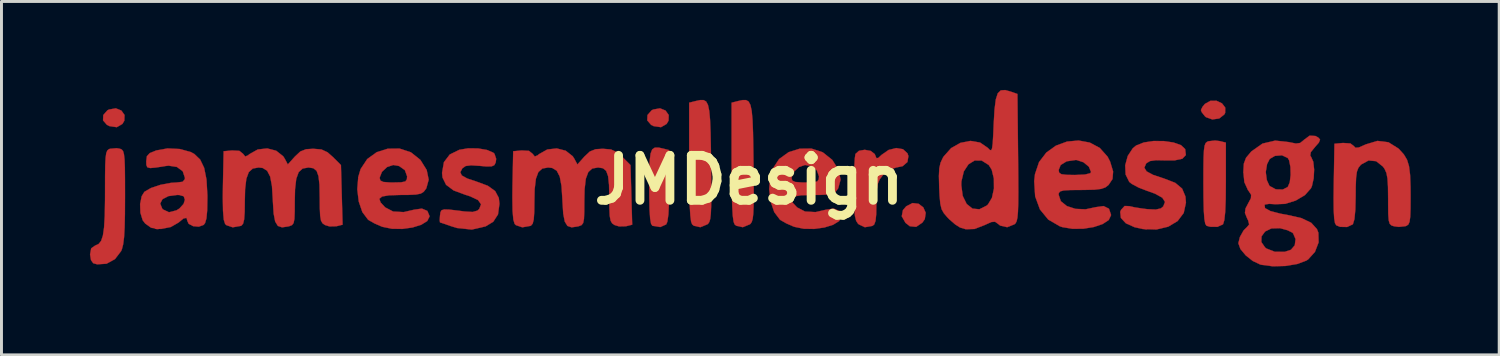
<source format=kicad_pcb>
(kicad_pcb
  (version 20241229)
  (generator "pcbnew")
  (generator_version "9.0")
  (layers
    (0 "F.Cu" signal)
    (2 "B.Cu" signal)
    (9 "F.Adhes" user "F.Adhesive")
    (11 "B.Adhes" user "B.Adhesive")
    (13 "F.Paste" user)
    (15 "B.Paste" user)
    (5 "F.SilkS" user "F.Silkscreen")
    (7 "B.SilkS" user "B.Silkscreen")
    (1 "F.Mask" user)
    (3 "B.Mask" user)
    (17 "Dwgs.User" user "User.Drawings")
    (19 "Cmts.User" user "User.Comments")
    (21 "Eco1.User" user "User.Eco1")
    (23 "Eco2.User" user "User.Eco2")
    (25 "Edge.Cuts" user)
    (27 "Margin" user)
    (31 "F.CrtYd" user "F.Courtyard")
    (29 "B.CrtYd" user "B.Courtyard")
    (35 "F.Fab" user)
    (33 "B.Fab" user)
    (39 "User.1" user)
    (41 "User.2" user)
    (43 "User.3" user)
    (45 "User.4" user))
  (footprint "JMDesign"
    (layer "F.Cu")
    (at 22.357 3.054)
    (property "Reference" "JMDesign" (at 0 0 0) (layer "F.SilkS") (effects (font (size 1.524 1.524) (thickness 0.3))))
    (attr through_hole)
    (fp_poly (pts (xy -21.291 -2.355) (xy -21.183 -2.203) (xy -21.19 -2.011) (xy -21.255 -1.901) (xy -21.446 -1.79) (xy -21.693 -1.826) (xy -21.78 -1.869) (xy -21.912 -2.021) (xy -21.904 -2.203) (xy -21.764 -2.361) (xy -21.71 -2.389) (xy -21.479 -2.43) (xy -21.291 -2.355)) (stroke (width 0.01) (type solid)) (fill yes) (layer "F.Cu"))
    (fp_poly (pts (xy -2.834 -2.355) (xy -2.726 -2.203) (xy -2.732 -2.011) (xy -2.797 -1.901) (xy -2.988 -1.79) (xy -3.236 -1.826) (xy -3.323 -1.869) (xy -3.454 -2.021) (xy -3.446 -2.203) (xy -3.306 -2.361) (xy -3.253 -2.389) (xy -3.021 -2.43) (xy -2.834 -2.355)) (stroke (width 0.01) (type solid)) (fill yes) (layer "F.Cu"))
    (fp_poly (pts (xy 5.748 0.807) (xy 5.909 0.929) (xy 5.991 1.113) (xy 5.96 1.326) (xy 5.881 1.443) (xy 5.667 1.59) (xy 5.451 1.569) (xy 5.305 1.454) (xy 5.178 1.232) (xy 5.218 1.023) (xy 5.331 0.892) (xy 5.544 0.783) (xy 5.748 0.807)) (stroke (width 0.01) (type solid)) (fill yes) (layer "F.Cu"))
    (fp_poly (pts (xy 15.858 -2.684) (xy 16.039 -2.599) (xy 16.15 -2.455) (xy 16.147 -2.276) (xy 16.12 -2.223) (xy 15.947 -2.086) (xy 15.713 -2.053) (xy 15.497 -2.13) (xy 15.462 -2.16) (xy 15.353 -2.298) (xy 15.325 -2.371) (xy 15.379 -2.482) (xy 15.462 -2.581) (xy 15.652 -2.686) (xy 15.858 -2.684)) (stroke (width 0.01) (type solid)) (fill yes) (layer "F.Cu"))
    (fp_poly (pts (xy -3.066 -1.098) (xy -2.921 -1.066) (xy -2.709 -1.013) (xy -2.709 0.196) (xy -2.716 0.76) (xy -2.736 1.163) (xy -2.771 1.412) (xy -2.811 1.507) (xy -3.013 1.597) (xy -3.278 1.554) (xy -3.281 1.553) (xy -3.325 1.484) (xy -3.356 1.309) (xy -3.376 1.009) (xy -3.385 0.568) (xy -3.387 0.244) (xy -3.384 -0.276) (xy -3.372 -0.649) (xy -3.341 -0.896) (xy -3.285 -1.038) (xy -3.196 -1.098) (xy -3.066 -1.098)) (stroke (width 0.01) (type solid)) (fill yes) (layer "F.Cu"))
    (fp_poly (pts (xy 15.966 -1.318) (xy 16.171 -1.267) (xy 16.171 0.069) (xy 16.166 0.656) (xy 16.149 1.083) (xy 16.119 1.361) (xy 16.077 1.498) (xy 16.07 1.507) (xy 15.885 1.59) (xy 15.636 1.587) (xy 15.515 1.553) (xy 15.473 1.487) (xy 15.442 1.319) (xy 15.422 1.03) (xy 15.412 0.604) (xy 15.409 0.126) (xy 15.41 -0.388) (xy 15.415 -0.757) (xy 15.428 -1.008) (xy 15.45 -1.164) (xy 15.486 -1.252) (xy 15.537 -1.296) (xy 15.585 -1.314) (xy 15.808 -1.338) (xy 15.966 -1.318)) (stroke (width 0.01) (type solid)) (fill yes) (layer "F.Cu"))
    (fp_poly (pts (xy -1.456 -2.661) (xy -1.394 -2.544) (xy -1.351 -2.341) (xy -1.323 -2.035) (xy -1.306 -1.607) (xy -1.295 -1.039) (xy -1.29 -0.584) (xy -1.283 0.051) (xy -1.282 0.537) (xy -1.286 0.896) (xy -1.298 1.149) (xy -1.317 1.317) (xy -1.347 1.421) (xy -1.387 1.482) (xy -1.412 1.503) (xy -1.653 1.602) (xy -1.872 1.554) (xy -1.93 1.507) (xy -1.966 1.415) (xy -1.993 1.209) (xy -2.013 0.878) (xy -2.025 0.409) (xy -2.031 -0.21) (xy -2.032 -0.608) (xy -2.032 -2.621) (xy -1.807 -2.678) (xy -1.659 -2.71) (xy -1.543 -2.71) (xy -1.456 -2.661)) (stroke (width 0.01) (type solid)) (fill yes) (layer "F.Cu"))
    (fp_poly (pts (xy -0.017 -2.661) (xy 0.046 -2.544) (xy 0.089 -2.341) (xy 0.117 -2.035) (xy 0.134 -1.607) (xy 0.144 -1.039) (xy 0.15 -0.584) (xy 0.156 0.051) (xy 0.158 0.537) (xy 0.153 0.896) (xy 0.142 1.149) (xy 0.122 1.317) (xy 0.092 1.421) (xy 0.052 1.482) (xy 0.028 1.503) (xy -0.213 1.602) (xy -0.433 1.554) (xy -0.491 1.507) (xy -0.526 1.415) (xy -0.554 1.209) (xy -0.573 0.878) (xy -0.586 0.409) (xy -0.592 -0.21) (xy -0.593 -0.608) (xy -0.593 -2.621) (xy -0.368 -2.678) (xy -0.219 -2.71) (xy -0.104 -2.71) (xy -0.017 -2.661)) (stroke (width 0.01) (type solid)) (fill yes) (layer "F.Cu"))
    (fp_poly (pts (xy -21.336 -1.058) (xy -21.276 -1.031) (xy -21.233 -0.978) (xy -21.203 -0.874) (xy -21.183 -0.697) (xy -21.172 -0.423) (xy -21.168 -0.029) (xy -21.167 0.51) (xy -21.167 0.564) (xy -21.17 1.16) (xy -21.18 1.611) (xy -21.199 1.942) (xy -21.229 2.179) (xy -21.271 2.345) (xy -21.298 2.41) (xy -21.507 2.684) (xy -21.794 2.841) (xy -22.112 2.861) (xy -22.246 2.823) (xy -22.321 2.716) (xy -22.352 2.525) (xy -22.314 2.319) (xy -22.182 2.226) (xy -22.176 2.224) (xy -22.062 2.171) (xy -21.977 2.065) (xy -21.917 1.885) (xy -21.877 1.609) (xy -21.854 1.218) (xy -21.845 0.688) (xy -21.844 0.381) (xy -21.843 -0.133) (xy -21.838 -0.503) (xy -21.825 -0.754) (xy -21.803 -0.911) (xy -21.767 -0.999) (xy -21.715 -1.043) (xy -21.675 -1.058) (xy -21.449 -1.078) (xy -21.336 -1.058)) (stroke (width 0.01) (type solid)) (fill yes) (layer "F.Cu"))
    (fp_poly (pts (xy 5.219 -1.044) (xy 5.372 -0.904) (xy 5.404 -0.812) (xy 5.371 -0.609) (xy 5.208 -0.468) (xy 4.992 -0.423) (xy 4.736 -0.344) (xy 4.537 -0.163) (xy 4.427 -0.015) (xy 4.362 0.137) (xy 4.329 0.344) (xy 4.319 0.653) (xy 4.318 0.802) (xy 4.312 1.164) (xy 4.289 1.39) (xy 4.243 1.512) (xy 4.184 1.557) (xy 3.926 1.603) (xy 3.72 1.505) (xy 3.689 1.476) (xy 3.631 1.384) (xy 3.591 1.227) (xy 3.568 0.977) (xy 3.558 0.605) (xy 3.556 0.297) (xy 3.56 -0.117) (xy 3.571 -0.477) (xy 3.587 -0.744) (xy 3.607 -0.881) (xy 3.607 -0.882) (xy 3.726 -0.989) (xy 3.923 -1.023) (xy 4.126 -0.985) (xy 4.261 -0.88) (xy 4.274 -0.851) (xy 4.32 -0.739) (xy 4.384 -0.749) (xy 4.49 -0.849) (xy 4.733 -1.018) (xy 4.991 -1.082) (xy 5.219 -1.044)) (stroke (width 0.01) (type solid)) (fill yes) (layer "F.Cu"))
    (fp_poly (pts (xy 14.067 -1.319) (xy 14.393 -1.271) (xy 14.65 -1.18) (xy 14.789 -1.049) (xy 14.792 -1.042) (xy 14.814 -0.846) (xy 14.696 -0.721) (xy 14.431 -0.664) (xy 14.125 -0.664) (xy 13.8 -0.67) (xy 13.6 -0.642) (xy 13.482 -0.572) (xy 13.465 -0.554) (xy 13.406 -0.416) (xy 13.483 -0.291) (xy 13.706 -0.171) (xy 14.072 -0.05) (xy 14.453 0.097) (xy 14.688 0.293) (xy 14.8 0.561) (xy 14.817 0.769) (xy 14.742 1.118) (xy 14.534 1.394) (xy 14.217 1.584) (xy 13.817 1.679) (xy 13.358 1.665) (xy 13.074 1.602) (xy 12.779 1.469) (xy 12.611 1.288) (xy 12.588 1.084) (xy 12.616 1.015) (xy 12.737 0.882) (xy 12.898 0.888) (xy 13.09 0.931) (xy 13.367 0.973) (xy 13.508 0.99) (xy 13.795 1.003) (xy 13.967 0.964) (xy 14.047 0.898) (xy 14.107 0.745) (xy 14.016 0.602) (xy 13.767 0.464) (xy 13.494 0.367) (xy 13.212 0.258) (xy 12.983 0.136) (xy 12.894 0.065) (xy 12.771 -0.186) (xy 12.757 -0.498) (xy 12.843 -0.814) (xy 13.016 -1.077) (xy 13.13 -1.17) (xy 13.389 -1.272) (xy 13.716 -1.321) (xy 14.067 -1.319)) (stroke (width 0.01) (type solid)) (fill yes) (layer "F.Cu"))
    (fp_poly (pts (xy -9.195 -1.07) (xy -8.893 -1.019) (xy -8.677 -0.927) (xy -8.636 -0.889) (xy -8.578 -0.717) (xy -8.592 -0.599) (xy -8.64 -0.503) (xy -8.735 -0.46) (xy -8.922 -0.459) (xy -9.13 -0.478) (xy -9.431 -0.497) (xy -9.613 -0.473) (xy -9.721 -0.4) (xy -9.725 -0.395) (xy -9.795 -0.262) (xy -9.744 -0.152) (xy -9.557 -0.049) (xy -9.258 0.05) (xy -8.862 0.197) (xy -8.613 0.376) (xy -8.489 0.608) (xy -8.467 0.81) (xy -8.516 1.168) (xy -8.677 1.417) (xy -8.936 1.574) (xy -9.403 1.682) (xy -9.908 1.629) (xy -10.118 1.564) (xy -10.332 1.489) (xy -10.465 1.445) (xy -10.483 1.441) (xy -10.494 1.367) (xy -10.483 1.206) (xy -10.468 1.095) (xy -10.431 1.027) (xy -10.34 0.999) (xy -10.164 1.005) (xy -9.869 1.04) (xy -9.649 1.069) (xy -9.378 1.085) (xy -9.215 1.04) (xy -9.152 0.983) (xy -9.091 0.824) (xy -9.193 0.682) (xy -9.46 0.555) (xy -9.615 0.506) (xy -10.022 0.355) (xy -10.277 0.164) (xy -10.398 -0.083) (xy -10.414 -0.241) (xy -10.35 -0.604) (xy -10.152 -0.864) (xy -9.827 -1.024) (xy -9.527 -1.074) (xy -9.195 -1.07)) (stroke (width 0.01) (type solid)) (fill yes) (layer "F.Cu"))
    (fp_poly (pts (xy 21.685 -1.279) (xy 22.021 -1.069) (xy 22.056 -1.035) (xy 22.21 -0.864) (xy 22.316 -0.686) (xy 22.383 -0.468) (xy 22.42 -0.172) (xy 22.435 0.236) (xy 22.437 0.55) (xy 22.435 0.967) (xy 22.425 1.246) (xy 22.402 1.416) (xy 22.362 1.509) (xy 22.297 1.555) (xy 22.261 1.568) (xy 22.038 1.592) (xy 21.88 1.572) (xy 21.788 1.542) (xy 21.729 1.486) (xy 21.695 1.371) (xy 21.679 1.166) (xy 21.675 0.838) (xy 21.675 0.645) (xy 21.67 0.234) (xy 21.653 -0.047) (xy 21.617 -0.236) (xy 21.556 -0.374) (xy 21.499 -0.454) (xy 21.269 -0.637) (xy 21.012 -0.662) (xy 20.763 -0.526) (xy 20.743 -0.508) (xy 20.665 -0.41) (xy 20.615 -0.278) (xy 20.588 -0.076) (xy 20.576 0.232) (xy 20.574 0.533) (xy 20.563 1.004) (xy 20.532 1.329) (xy 20.481 1.497) (xy 20.472 1.507) (xy 20.283 1.595) (xy 20.045 1.59) (xy 19.916 1.537) (xy 19.873 1.466) (xy 19.845 1.303) (xy 19.829 1.028) (xy 19.825 0.621) (xy 19.831 0.121) (xy 19.854 -1.228) (xy 20.144 -1.255) (xy 20.395 -1.239) (xy 20.502 -1.159) (xy 20.567 -1.093) (xy 20.68 -1.102) (xy 20.886 -1.192) (xy 20.912 -1.205) (xy 21.312 -1.325) (xy 21.685 -1.279)) (stroke (width 0.01) (type solid)) (fill yes) (layer "F.Cu"))
    (fp_poly (pts (xy 11.555 -1.268) (xy 11.893 -1.088) (xy 12.159 -0.791) (xy 12.245 -0.624) (xy 12.347 -0.287) (xy 12.327 -0.032) (xy 12.192 0.169) (xy 12.085 0.252) (xy 11.939 0.303) (xy 11.716 0.33) (xy 11.373 0.338) (xy 11.261 0.339) (xy 10.898 0.342) (xy 10.673 0.355) (xy 10.553 0.387) (xy 10.505 0.442) (xy 10.499 0.502) (xy 10.574 0.721) (xy 10.777 0.885) (xy 11.069 0.98) (xy 11.413 0.995) (xy 11.758 0.922) (xy 12.024 0.885) (xy 12.206 0.975) (xy 12.276 1.179) (xy 12.277 1.194) (xy 12.199 1.358) (xy 11.991 1.495) (xy 11.692 1.596) (xy 11.34 1.653) (xy 10.972 1.657) (xy 10.628 1.6) (xy 10.541 1.572) (xy 10.147 1.343) (xy 9.865 0.999) (xy 9.703 0.558) (xy 9.67 0.039) (xy 9.697 -0.198) (xy 9.744 -0.336) (xy 10.499 -0.336) (xy 10.517 -0.246) (xy 10.595 -0.195) (xy 10.772 -0.174) (xy 11.049 -0.169) (xy 11.391 -0.184) (xy 11.571 -0.229) (xy 11.599 -0.269) (xy 11.525 -0.449) (xy 11.343 -0.6) (xy 11.112 -0.676) (xy 11.073 -0.677) (xy 10.77 -0.632) (xy 10.568 -0.508) (xy 10.499 -0.336) (xy 9.744 -0.336) (xy 9.835 -0.607) (xy 10.083 -0.931) (xy 10.408 -1.164) (xy 10.783 -1.302) (xy 11.175 -1.338) (xy 11.555 -1.268)) (stroke (width 0.01) (type solid)) (fill yes) (layer "F.Cu"))
    (fp_poly (pts (xy -11.472 -0.939) (xy -11.152 -0.684) (xy -11.144 -0.674) (xy -10.934 -0.337) (xy -10.867 -0.009) (xy -10.947 0.281) (xy -10.959 0.3) (xy -11.038 0.402) (xy -11.138 0.463) (xy -11.301 0.495) (xy -11.565 0.507) (xy -11.813 0.508) (xy -12.209 0.52) (xy -12.449 0.561) (xy -12.541 0.64) (xy -12.497 0.765) (xy -12.345 0.928) (xy -12.074 1.07) (xy -11.715 1.09) (xy -11.356 1.007) (xy -11.097 0.971) (xy -10.912 1.049) (xy -10.838 1.225) (xy -10.837 1.236) (xy -10.915 1.392) (xy -11.121 1.52) (xy -11.416 1.612) (xy -11.76 1.66) (xy -12.113 1.655) (xy -12.436 1.589) (xy -12.468 1.577) (xy -12.711 1.471) (xy -12.902 1.361) (xy -12.926 1.343) (xy -13.117 1.089) (xy -13.24 0.728) (xy -13.289 0.314) (xy -13.258 -0.072) (xy -12.531 -0.072) (xy -12.506 0.019) (xy -12.407 0.067) (xy -12.193 0.084) (xy -12.065 0.085) (xy -11.798 0.079) (xy -11.659 0.05) (xy -11.607 -0.021) (xy -11.599 -0.124) (xy -11.675 -0.334) (xy -11.872 -0.473) (xy -12.074 -0.508) (xy -12.278 -0.439) (xy -12.452 -0.276) (xy -12.53 -0.081) (xy -12.531 -0.072) (xy -13.258 -0.072) (xy -13.256 -0.1) (xy -13.176 -0.37) (xy -12.951 -0.71) (xy -12.629 -0.943) (xy -12.25 -1.062) (xy -11.851 -1.063) (xy -11.472 -0.939)) (stroke (width 0.01) (type solid)) (fill yes) (layer "F.Cu"))
    (fp_poly (pts (xy 2.498 -0.939) (xy 2.818 -0.684) (xy 2.826 -0.674) (xy 3.036 -0.337) (xy 3.103 -0.009) (xy 3.023 0.281) (xy 3.011 0.3) (xy 2.932 0.402) (xy 2.832 0.463) (xy 2.669 0.495) (xy 2.405 0.507) (xy 2.157 0.508) (xy 1.761 0.52) (xy 1.521 0.561) (xy 1.429 0.64) (xy 1.473 0.765) (xy 1.625 0.928) (xy 1.896 1.07) (xy 2.255 1.09) (xy 2.614 1.007) (xy 2.873 0.971) (xy 3.058 1.049) (xy 3.132 1.225) (xy 3.133 1.236) (xy 3.055 1.392) (xy 2.849 1.52) (xy 2.554 1.612) (xy 2.21 1.66) (xy 1.857 1.655) (xy 1.534 1.589) (xy 1.502 1.577) (xy 1.259 1.471) (xy 1.068 1.361) (xy 1.044 1.343) (xy 0.853 1.089) (xy 0.73 0.728) (xy 0.681 0.314) (xy 0.712 -0.072) (xy 1.439 -0.072) (xy 1.464 0.019) (xy 1.563 0.067) (xy 1.777 0.084) (xy 1.905 0.085) (xy 2.172 0.079) (xy 2.311 0.05) (xy 2.363 -0.021) (xy 2.371 -0.124) (xy 2.295 -0.334) (xy 2.098 -0.473) (xy 1.896 -0.508) (xy 1.692 -0.439) (xy 1.518 -0.276) (xy 1.44 -0.081) (xy 1.439 -0.072) (xy 0.712 -0.072) (xy 0.714 -0.1) (xy 0.794 -0.37) (xy 1.019 -0.71) (xy 1.341 -0.943) (xy 1.72 -1.062) (xy 2.119 -1.063) (xy 2.498 -0.939)) (stroke (width 0.01) (type solid)) (fill yes) (layer "F.Cu"))
    (fp_poly (pts (xy -19.31 -1.05) (xy -18.942 -0.949) (xy -18.816 -0.882) (xy -18.617 -0.691) (xy -18.482 -0.409) (xy -18.403 -0.013) (xy -18.373 0.521) (xy -18.373 0.622) (xy -18.38 1.033) (xy -18.405 1.303) (xy -18.452 1.463) (xy -18.499 1.523) (xy -18.663 1.584) (xy -18.856 1.567) (xy -19.007 1.487) (xy -19.05 1.395) (xy -19.082 1.285) (xy -19.186 1.308) (xy -19.35 1.443) (xy -19.615 1.596) (xy -19.947 1.662) (xy -20.258 1.626) (xy -20.293 1.612) (xy -20.482 1.477) (xy -20.568 1.365) (xy -20.645 1.112) (xy -20.655 0.818) (xy -20.651 0.801) (xy -19.974 0.801) (xy -19.905 0.971) (xy -19.88 0.999) (xy -19.677 1.095) (xy -19.426 1.032) (xy -19.323 0.969) (xy -19.181 0.813) (xy -19.135 0.673) (xy -19.176 0.553) (xy -19.327 0.51) (xy -19.394 0.508) (xy -19.697 0.548) (xy -19.897 0.652) (xy -19.974 0.801) (xy -20.651 0.801) (xy -20.602 0.552) (xy -20.511 0.403) (xy -20.288 0.273) (xy -19.965 0.165) (xy -19.61 0.098) (xy -19.41 0.085) (xy -19.212 0.061) (xy -19.138 -0.027) (xy -19.135 -0.072) (xy -19.209 -0.295) (xy -19.405 -0.44) (xy -19.687 -0.485) (xy -19.787 -0.474) (xy -20.116 -0.422) (xy -20.312 -0.404) (xy -20.41 -0.43) (xy -20.443 -0.508) (xy -20.447 -0.635) (xy -20.425 -0.805) (xy -20.328 -0.911) (xy -20.111 -1) (xy -20.108 -1.001) (xy -19.724 -1.07) (xy -19.31 -1.05)) (stroke (width 0.01) (type solid)) (fill yes) (layer "F.Cu"))
    (fp_poly (pts (xy 8.864 -3) (xy 9.102 -2.917) (xy 9.124 -0.76) (xy 9.13 -0.095) (xy 9.132 0.421) (xy 9.129 0.808) (xy 9.119 1.085) (xy 9.102 1.274) (xy 9.076 1.394) (xy 9.041 1.466) (xy 9.002 1.503) (xy 8.753 1.602) (xy 8.517 1.547) (xy 8.44 1.486) (xy 8.342 1.417) (xy 8.219 1.426) (xy 8.013 1.518) (xy 7.993 1.528) (xy 7.646 1.662) (xy 7.349 1.671) (xy 7.154 1.612) (xy 6.99 1.507) (xy 6.788 1.332) (xy 6.731 1.273) (xy 6.608 1.131) (xy 6.53 0.992) (xy 6.486 0.809) (xy 6.461 0.536) (xy 6.447 0.251) (xy 6.446 0.169) (xy 7.197 0.169) (xy 7.246 0.542) (xy 7.38 0.814) (xy 7.576 0.971) (xy 7.81 0.994) (xy 8.06 0.868) (xy 8.101 0.832) (xy 8.237 0.606) (xy 8.305 0.291) (xy 8.302 -0.049) (xy 8.229 -0.349) (xy 8.128 -0.508) (xy 7.889 -0.659) (xy 7.651 -0.661) (xy 7.441 -0.532) (xy 7.283 -0.29) (xy 7.202 0.047) (xy 7.197 0.169) (xy 6.446 0.169) (xy 6.438 -0.132) (xy 6.451 -0.394) (xy 6.493 -0.583) (xy 6.57 -0.748) (xy 6.597 -0.793) (xy 6.851 -1.079) (xy 7.169 -1.259) (xy 7.51 -1.325) (xy 7.835 -1.269) (xy 8.095 -1.09) (xy 8.163 -1.02) (xy 8.21 -1.007) (xy 8.241 -1.072) (xy 8.263 -1.239) (xy 8.281 -1.532) (xy 8.297 -1.908) (xy 8.325 -2.394) (xy 8.368 -2.732) (xy 8.435 -2.94) (xy 8.538 -3.039) (xy 8.686 -3.049) (xy 8.864 -3)) (stroke (width 0.01) (type solid)) (fill yes) (layer "F.Cu"))
    (fp_poly (pts (xy -16.04 -0.992) (xy -15.803 -0.805) (xy -15.75 -0.723) (xy -15.645 -0.526) (xy -15.407 -0.792) (xy -15.221 -0.966) (xy -15.026 -1.043) (xy -14.783 -1.058) (xy -14.505 -1.035) (xy -14.298 -0.939) (xy -14.12 -0.782) (xy -13.843 -0.505) (xy -13.815 0.506) (xy -13.787 1.517) (xy -13.997 1.57) (xy -14.232 1.575) (xy -14.385 1.528) (xy -14.468 1.47) (xy -14.52 1.377) (xy -14.548 1.215) (xy -14.56 0.95) (xy -14.563 0.607) (xy -14.571 0.167) (xy -14.604 -0.129) (xy -14.669 -0.309) (xy -14.778 -0.398) (xy -14.94 -0.423) (xy -14.947 -0.423) (xy -15.141 -0.388) (xy -15.276 -0.267) (xy -15.359 -0.04) (xy -15.4 0.316) (xy -15.409 0.704) (xy -15.411 1.08) (xy -15.421 1.321) (xy -15.449 1.46) (xy -15.503 1.531) (xy -15.592 1.566) (xy -15.634 1.577) (xy -15.841 1.607) (xy -15.983 1.558) (xy -16.074 1.41) (xy -16.126 1.139) (xy -16.152 0.725) (xy -16.154 0.671) (xy -16.183 0.205) (xy -16.244 -0.116) (xy -16.346 -0.313) (xy -16.498 -0.407) (xy -16.637 -0.423) (xy -16.833 -0.388) (xy -16.968 -0.268) (xy -17.052 -0.04) (xy -17.094 0.315) (xy -17.103 0.696) (xy -17.108 1.086) (xy -17.126 1.338) (xy -17.162 1.482) (xy -17.22 1.55) (xy -17.237 1.557) (xy -17.514 1.606) (xy -17.73 1.532) (xy -17.772 1.491) (xy -17.817 1.349) (xy -17.843 1.05) (xy -17.851 0.59) (xy -17.846 0.2) (xy -17.822 -0.974) (xy -17.533 -1.001) (xy -17.287 -0.987) (xy -17.165 -0.889) (xy -17.089 -0.796) (xy -16.994 -0.836) (xy -16.947 -0.876) (xy -16.665 -1.034) (xy -16.345 -1.07) (xy -16.04 -0.992)) (stroke (width 0.01) (type solid)) (fill yes) (layer "F.Cu"))
    (fp_poly (pts (xy -6.219 -0.992) (xy -5.982 -0.805) (xy -5.929 -0.723) (xy -5.823 -0.526) (xy -5.586 -0.792) (xy -5.4 -0.966) (xy -5.205 -1.043) (xy -4.962 -1.058) (xy -4.683 -1.035) (xy -4.477 -0.939) (xy -4.298 -0.782) (xy -4.022 -0.505) (xy -3.993 0.506) (xy -3.965 1.517) (xy -4.176 1.57) (xy -4.41 1.575) (xy -4.564 1.528) (xy -4.646 1.47) (xy -4.698 1.377) (xy -4.727 1.215) (xy -4.739 0.95) (xy -4.741 0.607) (xy -4.75 0.167) (xy -4.782 -0.129) (xy -4.848 -0.309) (xy -4.957 -0.398) (xy -5.119 -0.423) (xy -5.126 -0.423) (xy -5.32 -0.388) (xy -5.454 -0.267) (xy -5.538 -0.04) (xy -5.579 0.316) (xy -5.588 0.704) (xy -5.59 1.08) (xy -5.6 1.321) (xy -5.628 1.46) (xy -5.682 1.531) (xy -5.771 1.566) (xy -5.813 1.577) (xy -6.019 1.607) (xy -6.162 1.558) (xy -6.252 1.41) (xy -6.304 1.139) (xy -6.33 0.725) (xy -6.332 0.671) (xy -6.362 0.205) (xy -6.422 -0.116) (xy -6.524 -0.313) (xy -6.677 -0.407) (xy -6.816 -0.423) (xy -7.012 -0.388) (xy -7.147 -0.268) (xy -7.231 -0.04) (xy -7.273 0.315) (xy -7.281 0.696) (xy -7.286 1.086) (xy -7.304 1.338) (xy -7.34 1.482) (xy -7.399 1.55) (xy -7.415 1.557) (xy -7.692 1.606) (xy -7.909 1.532) (xy -7.951 1.491) (xy -7.995 1.349) (xy -8.022 1.05) (xy -8.029 0.59) (xy -8.025 0.2) (xy -8.001 -0.974) (xy -7.712 -1.001) (xy -7.466 -0.987) (xy -7.344 -0.889) (xy -7.268 -0.796) (xy -7.172 -0.836) (xy -7.125 -0.876) (xy -6.844 -1.034) (xy -6.524 -1.07) (xy -6.219 -0.992)) (stroke (width 0.01) (type solid)) (fill yes) (layer "F.Cu"))
    (fp_poly (pts (xy 19.207 -1.492) (xy 19.303 -1.442) (xy 19.366 -1.371) (xy 19.326 -1.268) (xy 19.197 -1.121) (xy 19.052 -0.943) (xy 19.033 -0.826) (xy 19.063 -0.783) (xy 19.136 -0.617) (xy 19.165 -0.353) (xy 19.15 -0.057) (xy 19.091 0.205) (xy 19.057 0.283) (xy 18.853 0.513) (xy 18.541 0.698) (xy 18.184 0.81) (xy 17.859 0.823) (xy 17.638 0.81) (xy 17.5 0.832) (xy 17.485 0.845) (xy 17.499 0.954) (xy 17.679 1.054) (xy 18.02 1.143) (xy 18.249 1.184) (xy 18.733 1.293) (xy 19.066 1.452) (xy 19.261 1.667) (xy 19.309 1.789) (xy 19.317 2.116) (xy 19.193 2.439) (xy 18.964 2.693) (xy 18.901 2.734) (xy 18.593 2.85) (xy 18.189 2.917) (xy 17.761 2.928) (xy 17.377 2.877) (xy 17.336 2.867) (xy 17.083 2.747) (xy 16.844 2.557) (xy 16.665 2.342) (xy 16.595 2.148) (xy 16.595 2.147) (xy 16.605 2.107) (xy 17.375 2.107) (xy 17.505 2.293) (xy 17.545 2.324) (xy 17.834 2.437) (xy 18.165 2.438) (xy 18.378 2.368) (xy 18.508 2.216) (xy 18.535 2.004) (xy 18.452 1.812) (xy 18.423 1.784) (xy 18.261 1.704) (xy 18.025 1.64) (xy 17.997 1.636) (xy 17.715 1.644) (xy 17.502 1.748) (xy 17.381 1.914) (xy 17.375 2.107) (xy 16.605 2.107) (xy 16.647 1.935) (xy 16.771 1.714) (xy 16.898 1.586) (xy 16.961 1.509) (xy 16.927 1.372) (xy 16.888 1.293) (xy 16.818 1.117) (xy 16.838 0.965) (xy 16.924 0.801) (xy 17.021 0.619) (xy 17.028 0.503) (xy 16.945 0.374) (xy 16.921 0.345) (xy 16.798 0.074) (xy 16.766 -0.254) (xy 17.526 -0.254) (xy 17.56 0.003) (xy 17.646 0.192) (xy 17.659 0.206) (xy 17.867 0.318) (xy 18.104 0.323) (xy 18.271 0.237) (xy 18.338 0.081) (xy 18.368 -0.169) (xy 18.361 -0.441) (xy 18.317 -0.664) (xy 18.271 -0.745) (xy 18.074 -0.837) (xy 17.835 -0.817) (xy 17.659 -0.714) (xy 17.569 -0.539) (xy 17.527 -0.285) (xy 17.526 -0.254) (xy 16.766 -0.254) (xy 16.764 -0.272) (xy 16.781 -0.554) (xy 16.855 -0.752) (xy 17.02 -0.95) (xy 17.045 -0.975) (xy 17.414 -1.234) (xy 17.844 -1.335) (xy 18.309 -1.284) (xy 18.546 -1.236) (xy 18.69 -1.255) (xy 18.809 -1.349) (xy 18.818 -1.359) (xy 19.012 -1.503) (xy 19.207 -1.492)) (stroke (width 0.01) (type solid)) (fill yes) (layer "F.Cu"))
    (pad "1" smd circle (at -21.59 -2.032) (size 0.2 0.2) (layers "F.Cu" "F.Mask" "F.Paste"))
    (pad "1" smd circle (at -21.59 -2.032) (size 0.3 0.3) (layers "F.Cu" "F.Mask" "F.Paste"))
    (pad "1" smd circle (at -21.59 -0.254) (size 0.2 0.2) (layers "F.Cu" "F.Mask" "F.Paste"))
    (pad "1" smd circle (at -21.59 1.27) (size 0.3 0.3) (layers "F.Cu" "F.Mask" "F.Paste"))
    (pad "1" smd circle (at -20.066 1.524) (size 0.3 0.3) (layers "F.Cu" "F.Mask" "F.Paste"))
    (pad "1" smd circle (at -19.558 -0.762) (size 0.2 0.2) (layers "F.Cu" "F.Mask" "F.Paste"))
    (pad "1" smd circle (at -17.526 -0.254) (size 0.2 0.2) (layers "F.Cu" "F.Mask" "F.Paste"))
    (pad "1" smd circle (at -17.526 1.27) (size 0.3 0.3) (layers "F.Cu" "F.Mask" "F.Paste"))
    (pad "1" smd circle (at -12.954 0.254) (size 0.2 0.2) (layers "F.Cu" "F.Mask" "F.Paste"))
    (pad "1" smd circle (at -12.192 1.27) (size 0.3 0.3) (layers "F.Cu" "F.Mask" "F.Paste"))
    (pad "1" smd circle (at -9.906 1.27) (size 0.3 0.3) (layers "F.Cu" "F.Mask" "F.Paste"))
    (pad "1" smd circle (at -9.652 0.254) (size 0.2 0.2) (layers "F.Cu" "F.Mask" "F.Paste"))
    (pad "1" smd circle (at -7.62 0.254) (size 0.2 0.2) (layers "F.Cu" "F.Mask" "F.Paste"))
    (pad "1" smd circle (at -7.62 1.27) (size 0.3 0.3) (layers "F.Cu" "F.Mask" "F.Paste"))
    (pad "1" smd circle (at -3.048 -2.032) (size 0.3 0.3) (layers "F.Cu" "F.Mask" "F.Paste"))
    (pad "1" smd circle (at -3.048 1.27) (size 0.3 0.3) (layers "F.Cu" "F.Mask" "F.Paste"))
    (pad "1" smd circle (at -1.778 1.016) (size 0.3 0.3) (layers "F.Cu" "F.Mask" "F.Paste"))
    (pad "1" smd circle (at -0.254 1.016) (size 0.3 0.3) (layers "F.Cu" "F.Mask" "F.Paste"))
    (pad "1" smd circle (at 2.54 1.27) (size 0.3 0.3) (layers "F.Cu" "F.Mask" "F.Paste"))
    (pad "1" smd circle (at 4.064 1.27) (size 0.3 0.3) (layers "F.Cu" "F.Mask" "F.Paste"))
    (pad "1" smd circle (at 5.588 1.27) (size 0.3 0.3) (layers "F.Cu" "F.Mask" "F.Paste"))
    (pad "1" smd circle (at 8.636 1.016) (size 0.3 0.3) (layers "F.Cu" "F.Mask" "F.Paste"))
    (pad "1" smd circle (at 10.922 1.27) (size 0.3 0.3) (layers "F.Cu" "F.Mask" "F.Paste"))
    (pad "1" smd circle (at 13.462 1.524) (size 0.3 0.3) (layers "F.Cu" "F.Mask" "F.Paste"))
    (pad "1" smd circle (at 15.748 -2.286) (size 0.3 0.3) (layers "F.Cu" "F.Mask" "F.Paste"))
    (pad "1" smd circle (at 15.748 1.27) (size 0.3 0.3) (layers "F.Cu" "F.Mask" "F.Paste"))
    (pad "1" smd circle (at 17.272 1.27) (size 0.3 0.3) (layers "F.Cu" "F.Mask" "F.Paste"))
    (pad "1" smd circle (at 20.066 1.27) (size 0.3 0.3) (layers "F.Cu" "F.Mask" "F.Paste")))
  (gr_rect
    (start -3 -3)
    (end 47.799 8.987)
    (stroke (width 0.1) (type default))
    (fill no)
    (layer "Edge.Cuts")))
</source>
